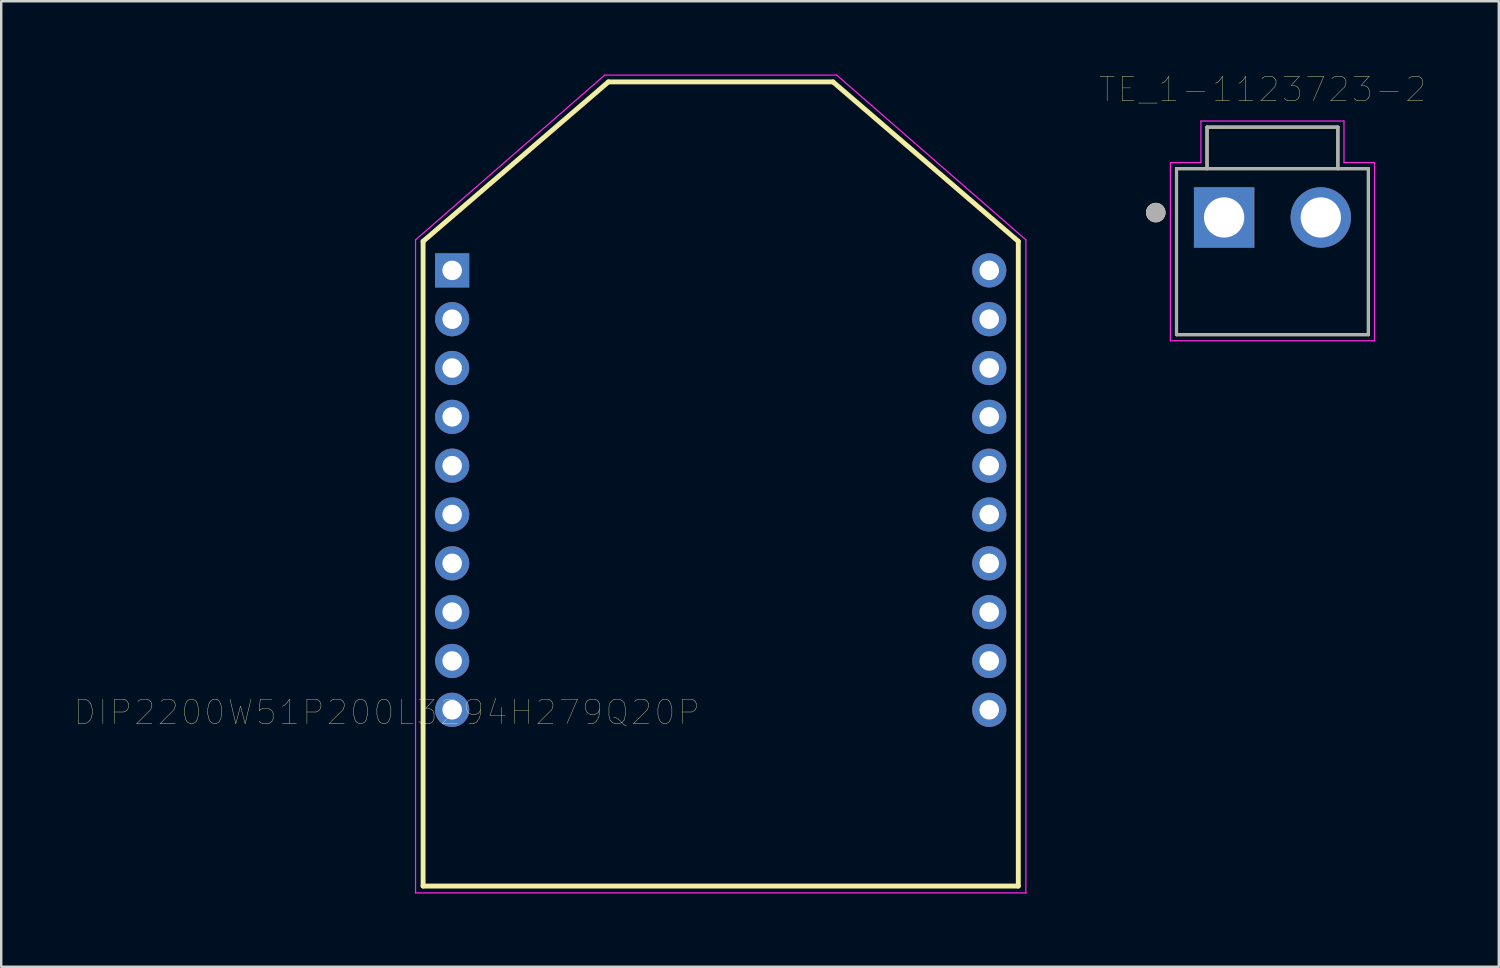
<source format=kicad_pcb>
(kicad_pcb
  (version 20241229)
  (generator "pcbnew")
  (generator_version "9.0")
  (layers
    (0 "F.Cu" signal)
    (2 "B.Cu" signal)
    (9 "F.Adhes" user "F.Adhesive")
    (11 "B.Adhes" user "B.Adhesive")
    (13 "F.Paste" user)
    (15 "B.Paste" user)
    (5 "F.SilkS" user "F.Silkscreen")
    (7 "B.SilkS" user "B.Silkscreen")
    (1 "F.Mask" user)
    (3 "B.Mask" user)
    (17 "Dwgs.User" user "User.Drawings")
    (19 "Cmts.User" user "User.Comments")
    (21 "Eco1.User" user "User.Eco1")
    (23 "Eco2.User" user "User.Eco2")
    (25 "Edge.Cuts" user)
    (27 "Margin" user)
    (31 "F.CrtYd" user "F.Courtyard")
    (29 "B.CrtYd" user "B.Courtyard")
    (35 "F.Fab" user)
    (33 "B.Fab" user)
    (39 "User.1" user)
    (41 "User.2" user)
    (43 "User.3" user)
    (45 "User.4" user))
  (footprint "TE_1-1123723-2"
    (layer "F.Cu")
    (at 47.092 5.858)
    (property "Reference" "TE_1-1123723-2" (at 1.578 -5.245 0) (layer "F.SilkS") (effects (font (size 1.002 1.002) (thickness 0.015))))
    (attr through_hole)
    (fp_line (start -1.95 -2) (end -0.7 -2) (stroke (width 0.127) (type solid)) (layer "F.SilkS"))
    (fp_line (start -1.95 4.8) (end -1.95 -2) (stroke (width 0.127) (type solid)) (layer "F.SilkS"))
    (fp_line (start -0.7 -3.7) (end 4.66 -3.7) (stroke (width 0.127) (type solid)) (layer "F.SilkS"))
    (fp_line (start -0.7 -2) (end -0.7 -3.7) (stroke (width 0.127) (type solid)) (layer "F.SilkS"))
    (fp_line (start -0.7 -2) (end 4.66 -2) (stroke (width 0.127) (type solid)) (layer "F.SilkS"))
    (fp_line (start 4.66 -3.7) (end 4.66 -2) (stroke (width 0.127) (type solid)) (layer "F.SilkS"))
    (fp_line (start 4.66 -2) (end 5.91 -2) (stroke (width 0.127) (type solid)) (layer "F.SilkS"))
    (fp_line (start 5.91 -2) (end 5.91 4.8) (stroke (width 0.127) (type solid)) (layer "F.SilkS"))
    (fp_line (start 5.91 4.8) (end -1.95 4.8) (stroke (width 0.127) (type solid)) (layer "F.SilkS"))
    (fp_circle (center -2.8 -0.2) (end -2.6 -0.2) (stroke (width 0.4) (type solid)) (fill no) (layer "F.SilkS"))
    (fp_line (start -2.2 -2.25) (end -0.95 -2.25) (stroke (width 0.05) (type solid)) (layer "F.CrtYd"))
    (fp_line (start -2.2 5.05) (end -2.2 -2.25) (stroke (width 0.05) (type solid)) (layer "F.CrtYd"))
    (fp_line (start -0.95 -3.95) (end 4.91 -3.95) (stroke (width 0.05) (type solid)) (layer "F.CrtYd"))
    (fp_line (start -0.95 -2.25) (end -0.95 -3.95) (stroke (width 0.05) (type solid)) (layer "F.CrtYd"))
    (fp_line (start 4.91 -3.95) (end 4.91 -2.25) (stroke (width 0.05) (type solid)) (layer "F.CrtYd"))
    (fp_line (start 4.91 -2.25) (end 6.16 -2.25) (stroke (width 0.05) (type solid)) (layer "F.CrtYd"))
    (fp_line (start 6.16 -2.25) (end 6.16 5.05) (stroke (width 0.05) (type solid)) (layer "F.CrtYd"))
    (fp_line (start 6.16 5.05) (end -2.2 5.05) (stroke (width 0.05) (type solid)) (layer "F.CrtYd"))
    (fp_line (start -1.95 -2) (end -0.7 -2) (stroke (width 0.127) (type solid)) (layer "F.Fab"))
    (fp_line (start -1.95 4.8) (end -1.95 -2) (stroke (width 0.127) (type solid)) (layer "F.Fab"))
    (fp_line (start -0.7 -3.7) (end 4.66 -3.7) (stroke (width 0.127) (type solid)) (layer "F.Fab"))
    (fp_line (start -0.7 -2) (end -0.7 -3.7) (stroke (width 0.127) (type solid)) (layer "F.Fab"))
    (fp_line (start -0.7 -2) (end 4.66 -2) (stroke (width 0.127) (type solid)) (layer "F.Fab"))
    (fp_line (start 4.66 -3.7) (end 4.66 -2) (stroke (width 0.127) (type solid)) (layer "F.Fab"))
    (fp_line (start 4.66 -2) (end 5.91 -2) (stroke (width 0.127) (type solid)) (layer "F.Fab"))
    (fp_line (start 5.91 -2) (end 5.91 4.8) (stroke (width 0.127) (type solid)) (layer "F.Fab"))
    (fp_line (start 5.91 4.8) (end -1.95 4.8) (stroke (width 0.127) (type solid)) (layer "F.Fab"))
    (fp_circle (center -2.8 -0.2) (end -2.6 -0.2) (stroke (width 0.4) (type solid)) (fill no) (layer "F.Fab"))
    (pad "1" thru_hole rect (at 0 0) (size 2.475 2.475) (drill 1.65) (layers "*.Cu" "*.Mask"))
    (pad "2" thru_hole circle (at 3.96 0) (size 2.475 2.475) (drill 1.65) (layers "*.Cu" "*.Mask")))
  (footprint "DIP2200W51P200L3294H279Q20P"
    (layer "F.Cu")
    (at 26.471 16.775)
    (property "Reference" "DIP2200W51P200L3294H279Q20P" (at -13.677 9.354 180) (layer "F.SilkS") (effects (font (size 1.003 1.003) (thickness 0.015))))
    (attr through_hole)
    (fp_line (start -12.19 -9.94) (end -4.6 -16.47) (stroke (width 0.2) (type solid)) (layer "F.SilkS"))
    (fp_line (start -12.19 16.47) (end -12.19 -9.94) (stroke (width 0.2) (type solid)) (layer "F.SilkS"))
    (fp_line (start -4.6 -16.47) (end 4.6 -16.47) (stroke (width 0.2) (type solid)) (layer "F.SilkS"))
    (fp_line (start 12.19 -9.94) (end 4.6 -16.47) (stroke (width 0.2) (type solid)) (layer "F.SilkS"))
    (fp_line (start 12.19 -9.94) (end 12.19 16.47) (stroke (width 0.2) (type solid)) (layer "F.SilkS"))
    (fp_line (start 12.19 16.47) (end -12.19 16.47) (stroke (width 0.2) (type solid)) (layer "F.SilkS"))
    (fp_line (start -12.5 -10) (end -4.75 -16.75) (stroke (width 0.05) (type solid)) (layer "F.CrtYd"))
    (fp_line (start -12.5 16.75) (end -12.5 -10) (stroke (width 0.05) (type solid)) (layer "F.CrtYd"))
    (fp_line (start -4.75 -16.75) (end 4.75 -16.75) (stroke (width 0.05) (type solid)) (layer "F.CrtYd"))
    (fp_line (start 4.75 -16.75) (end 12.5 -10) (stroke (width 0.05) (type solid)) (layer "F.CrtYd"))
    (fp_line (start 12.5 -10) (end 12.5 16.75) (stroke (width 0.05) (type solid)) (layer "F.CrtYd"))
    (fp_line (start 12.5 16.75) (end -12.5 16.75) (stroke (width 0.05) (type solid)) (layer "F.CrtYd"))
    (pad "1" thru_hole rect (at -11 -8.75) (size 1.4 1.4) (drill 0.8) (layers "*.Cu" "*.Mask"))
    (pad "2" thru_hole circle (at -11 -6.75) (size 1.4 1.4) (drill 0.8) (layers "*.Cu" "*.Mask"))
    (pad "3" thru_hole circle (at -11 -4.75) (size 1.4 1.4) (drill 0.8) (layers "*.Cu" "*.Mask"))
    (pad "4" thru_hole circle (at -11 -2.75) (size 1.4 1.4) (drill 0.8) (layers "*.Cu" "*.Mask"))
    (pad "5" thru_hole circle (at -11 -0.75) (size 1.4 1.4) (drill 0.8) (layers "*.Cu" "*.Mask"))
    (pad "6" thru_hole circle (at -11 1.25) (size 1.4 1.4) (drill 0.8) (layers "*.Cu" "*.Mask"))
    (pad "7" thru_hole circle (at -11 3.25) (size 1.4 1.4) (drill 0.8) (layers "*.Cu" "*.Mask"))
    (pad "8" thru_hole circle (at -11 5.25) (size 1.4 1.4) (drill 0.8) (layers "*.Cu" "*.Mask"))
    (pad "9" thru_hole circle (at -11 7.25) (size 1.4 1.4) (drill 0.8) (layers "*.Cu" "*.Mask"))
    (pad "10" thru_hole circle (at -11 9.25) (size 1.4 1.4) (drill 0.8) (layers "*.Cu" "*.Mask"))
    (pad "11" thru_hole circle (at 11 9.25) (size 1.4 1.4) (drill 0.8) (layers "*.Cu" "*.Mask"))
    (pad "12" thru_hole circle (at 11 7.25) (size 1.4 1.4) (drill 0.8) (layers "*.Cu" "*.Mask"))
    (pad "13" thru_hole circle (at 11 5.25) (size 1.4 1.4) (drill 0.8) (layers "*.Cu" "*.Mask"))
    (pad "14" thru_hole circle (at 11 3.25) (size 1.4 1.4) (drill 0.8) (layers "*.Cu" "*.Mask"))
    (pad "15" thru_hole circle (at 11 1.25) (size 1.4 1.4) (drill 0.8) (layers "*.Cu" "*.Mask"))
    (pad "16" thru_hole circle (at 11 -0.75) (size 1.4 1.4) (drill 0.8) (layers "*.Cu" "*.Mask"))
    (pad "17" thru_hole circle (at 11 -2.75) (size 1.4 1.4) (drill 0.8) (layers "*.Cu" "*.Mask"))
    (pad "18" thru_hole circle (at 11 -4.75) (size 1.4 1.4) (drill 0.8) (layers "*.Cu" "*.Mask"))
    (pad "19" thru_hole circle (at 11 -6.75) (size 1.4 1.4) (drill 0.8) (layers "*.Cu" "*.Mask"))
    (pad "20" thru_hole circle (at 11 -8.75) (size 1.4 1.4) (drill 0.8) (layers "*.Cu" "*.Mask")))
  (gr_rect
    (start -3 -3)
    (end 58.343 36.55)
    (stroke (width 0.1) (type default))
    (fill no)
    (layer "Edge.Cuts")))
</source>
